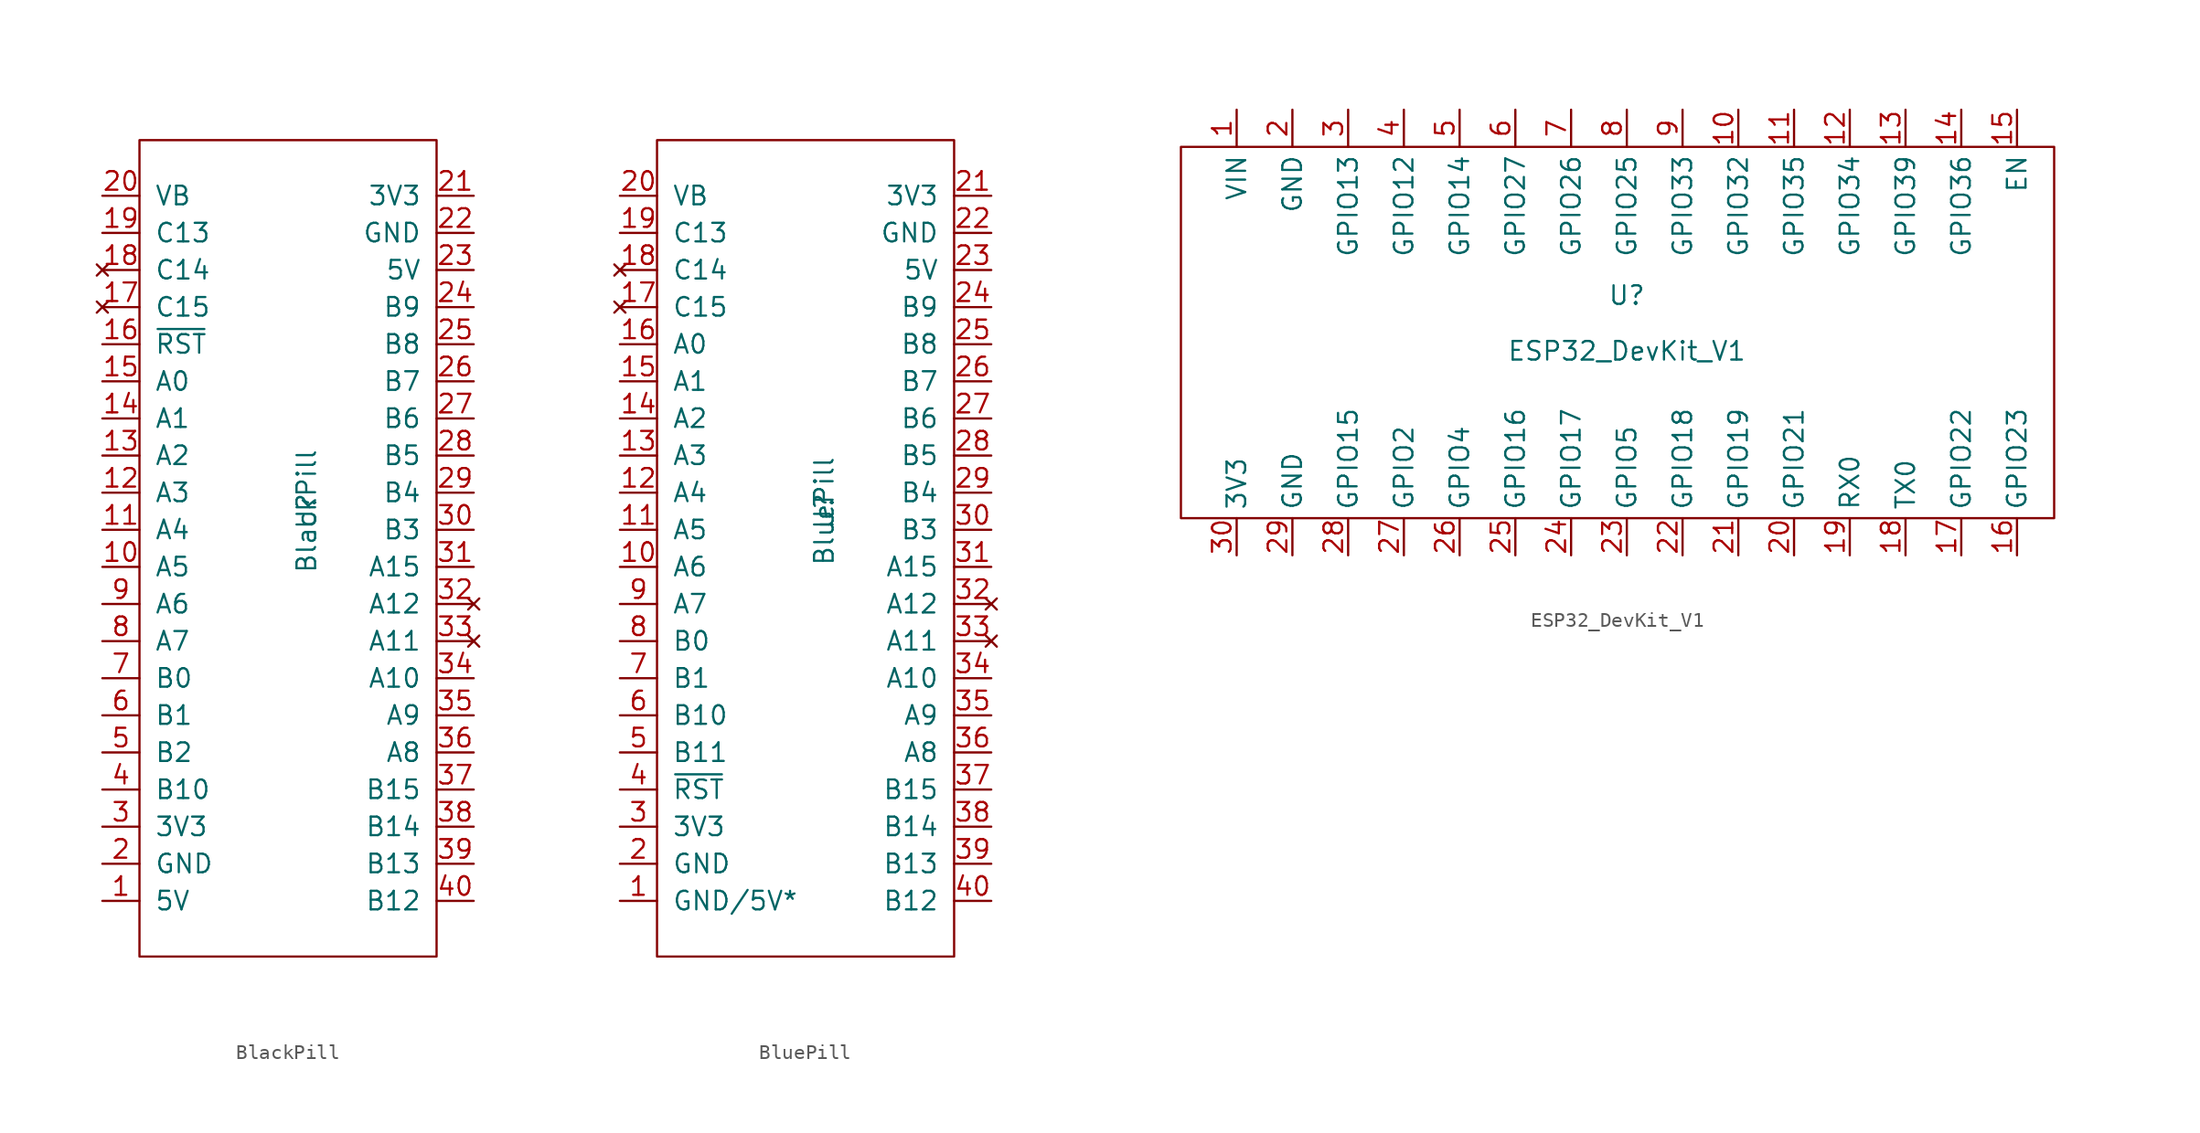
<source format=kicad_sym>
(kicad_symbol_lib
  (version 20211014)
  (generator kicad_symbol_editor)
  (symbol "BlackPill"
    (pin_names
      (offset 1.016))
    (property "Reference" "U"
      (at 0 2.54 90)
      (effects (font (size 1.27 1.27))))
    (property "Value" "BlackPill"
      (at 0 2.54 90)
      (effects (font (size 1.27 1.27))))
    (symbol "BlackPill_0_1"
      (rectangle (start -11.43 -27.94) (end 8.89 27.94) (stroke (width 0) (type default) (color 0 0 0 0)) (fill (type none))))
    (symbol "BlackPill_1_1"
      (pin power_out line (at -13.97 -24.13 0) (length 2.54) (name "5V" (effects (font (size 1.27 1.27)))) (number "1" (effects (font (size 1.27 1.27)))))
      (pin bidirectional line (at -13.97 -1.27 0) (length 2.54) (name "A5" (effects (font (size 1.27 1.27)))) (number "10" (effects (font (size 1.27 1.27)))))
      (pin bidirectional line (at -13.97 1.27 0) (length 2.54) (name "A4" (effects (font (size 1.27 1.27)))) (number "11" (effects (font (size 1.27 1.27)))))
      (pin bidirectional line (at -13.97 3.81 0) (length 2.54) (name "A3" (effects (font (size 1.27 1.27)))) (number "12" (effects (font (size 1.27 1.27)))))
      (pin bidirectional line (at -13.97 6.35 0) (length 2.54) (name "A2" (effects (font (size 1.27 1.27)))) (number "13" (effects (font (size 1.27 1.27)))))
      (pin bidirectional line (at -13.97 8.89 0) (length 2.54) (name "A1" (effects (font (size 1.27 1.27)))) (number "14" (effects (font (size 1.27 1.27)))))
      (pin bidirectional line (at -13.97 11.43 0) (length 2.54) (name "A0" (effects (font (size 1.27 1.27)))) (number "15" (effects (font (size 1.27 1.27)))))
      (pin input line (at -13.97 13.97 0) (length 2.54) (name "~{RST}" (effects (font (size 1.27 1.27)))) (number "16" (effects (font (size 1.27 1.27)))))
      (pin no_connect line (at -13.97 16.51 0) (length 2.54) (name "C15" (effects (font (size 1.27 1.27)))) (number "17" (effects (font (size 1.27 1.27)))))
      (pin no_connect line (at -13.97 19.05 0) (length 2.54) (name "C14" (effects (font (size 1.27 1.27)))) (number "18" (effects (font (size 1.27 1.27)))))
      (pin bidirectional line (at -13.97 21.59 0) (length 2.54) (name "C13" (effects (font (size 1.27 1.27)))) (number "19" (effects (font (size 1.27 1.27)))))
      (pin power_out line (at -13.97 -21.59 0) (length 2.54) (name "GND" (effects (font (size 1.27 1.27)))) (number "2" (effects (font (size 1.27 1.27)))))
      (pin power_in line (at -13.97 24.13 0) (length 2.54) (name "VB" (effects (font (size 1.27 1.27)))) (number "20" (effects (font (size 1.27 1.27)))))
      (pin power_out line (at 11.43 24.13 180) (length 2.54) (name "3V3" (effects (font (size 1.27 1.27)))) (number "21" (effects (font (size 1.27 1.27)))))
      (pin power_out line (at 11.43 21.59 180) (length 2.54) (name "GND" (effects (font (size 1.27 1.27)))) (number "22" (effects (font (size 1.27 1.27)))))
      (pin power_out line (at 11.43 19.05 180) (length 2.54) (name "5V" (effects (font (size 1.27 1.27)))) (number "23" (effects (font (size 1.27 1.27)))))
      (pin bidirectional line (at 11.43 16.51 180) (length 2.54) (name "B9" (effects (font (size 1.27 1.27)))) (number "24" (effects (font (size 1.27 1.27)))))
      (pin bidirectional line (at 11.43 13.97 180) (length 2.54) (name "B8" (effects (font (size 1.27 1.27)))) (number "25" (effects (font (size 1.27 1.27)))))
      (pin bidirectional line (at 11.43 11.43 180) (length 2.54) (name "B7" (effects (font (size 1.27 1.27)))) (number "26" (effects (font (size 1.27 1.27)))))
      (pin bidirectional line (at 11.43 8.89 180) (length 2.54) (name "B6" (effects (font (size 1.27 1.27)))) (number "27" (effects (font (size 1.27 1.27)))))
      (pin bidirectional line (at 11.43 6.35 180) (length 2.54) (name "B5" (effects (font (size 1.27 1.27)))) (number "28" (effects (font (size 1.27 1.27)))))
      (pin bidirectional line (at 11.43 3.81 180) (length 2.54) (name "B4" (effects (font (size 1.27 1.27)))) (number "29" (effects (font (size 1.27 1.27)))))
      (pin power_out line (at -13.97 -19.05 0) (length 2.54) (name "3V3" (effects (font (size 1.27 1.27)))) (number "3" (effects (font (size 1.27 1.27)))))
      (pin bidirectional line (at 11.43 1.27 180) (length 2.54) (name "B3" (effects (font (size 1.27 1.27)))) (number "30" (effects (font (size 1.27 1.27)))))
      (pin bidirectional line (at 11.43 -1.27 180) (length 2.54) (name "A15" (effects (font (size 1.27 1.27)))) (number "31" (effects (font (size 1.27 1.27)))))
      (pin no_connect line (at 11.43 -3.81 180) (length 2.54) (name "A12" (effects (font (size 1.27 1.27)))) (number "32" (effects (font (size 1.27 1.27)))))
      (pin no_connect line (at 11.43 -6.35 180) (length 2.54) (name "A11" (effects (font (size 1.27 1.27)))) (number "33" (effects (font (size 1.27 1.27)))))
      (pin bidirectional line (at 11.43 -8.89 180) (length 2.54) (name "A10" (effects (font (size 1.27 1.27)))) (number "34" (effects (font (size 1.27 1.27)))))
      (pin bidirectional line (at 11.43 -11.43 180) (length 2.54) (name "A9" (effects (font (size 1.27 1.27)))) (number "35" (effects (font (size 1.27 1.27)))))
      (pin bidirectional line (at 11.43 -13.97 180) (length 2.54) (name "A8" (effects (font (size 1.27 1.27)))) (number "36" (effects (font (size 1.27 1.27)))))
      (pin bidirectional line (at 11.43 -16.51 180) (length 2.54) (name "B15" (effects (font (size 1.27 1.27)))) (number "37" (effects (font (size 1.27 1.27)))))
      (pin bidirectional line (at 11.43 -19.05 180) (length 2.54) (name "B14" (effects (font (size 1.27 1.27)))) (number "38" (effects (font (size 1.27 1.27)))))
      (pin bidirectional line (at 11.43 -21.59 180) (length 2.54) (name "B13" (effects (font (size 1.27 1.27)))) (number "39" (effects (font (size 1.27 1.27)))))
      (pin bidirectional line (at -13.97 -16.51 0) (length 2.54) (name "B10" (effects (font (size 1.27 1.27)))) (number "4" (effects (font (size 1.27 1.27)))))
      (pin bidirectional line (at 11.43 -24.13 180) (length 2.54) (name "B12" (effects (font (size 1.27 1.27)))) (number "40" (effects (font (size 1.27 1.27)))))
      (pin bidirectional line (at -13.97 -13.97 0) (length 2.54) (name "B2" (effects (font (size 1.27 1.27)))) (number "5" (effects (font (size 1.27 1.27)))))
      (pin bidirectional line (at -13.97 -11.43 0) (length 2.54) (name "B1" (effects (font (size 1.27 1.27)))) (number "6" (effects (font (size 1.27 1.27)))))
      (pin bidirectional line (at -13.97 -8.89 0) (length 2.54) (name "B0" (effects (font (size 1.27 1.27)))) (number "7" (effects (font (size 1.27 1.27)))))
      (pin bidirectional line (at -13.97 -6.35 0) (length 2.54) (name "A7" (effects (font (size 1.27 1.27)))) (number "8" (effects (font (size 1.27 1.27)))))
      (pin bidirectional line (at -13.97 -3.81 0) (length 2.54) (name "A6" (effects (font (size 1.27 1.27)))) (number "9" (effects (font (size 1.27 1.27)))))))
  (symbol "BluePill"
    (pin_names
      (offset 1.016))
    (property "Reference" "U"
      (at 0 2.54 90)
      (effects (font (size 1.27 1.27))))
    (property "Value" "BluePill"
      (at 0 2.54 90)
      (effects (font (size 1.27 1.27))))
    (symbol "BluePill_0_1"
      (rectangle (start -11.43 -27.94) (end 8.89 27.94) (stroke (width 0) (type default) (color 0 0 0 0)) (fill (type none))))
    (symbol "BluePill_1_1"
      (pin power_out line (at -13.97 -24.13 0) (length 2.54) (name "GND/5V*" (effects (font (size 1.27 1.27)))) (number "1" (effects (font (size 1.27 1.27)))))
      (pin bidirectional line (at -13.97 -1.27 0) (length 2.54) (name "A6" (effects (font (size 1.27 1.27)))) (number "10" (effects (font (size 1.27 1.27)))))
      (pin bidirectional line (at -13.97 1.27 0) (length 2.54) (name "A5" (effects (font (size 1.27 1.27)))) (number "11" (effects (font (size 1.27 1.27)))))
      (pin bidirectional line (at -13.97 3.81 0) (length 2.54) (name "A4" (effects (font (size 1.27 1.27)))) (number "12" (effects (font (size 1.27 1.27)))))
      (pin bidirectional line (at -13.97 6.35 0) (length 2.54) (name "A3" (effects (font (size 1.27 1.27)))) (number "13" (effects (font (size 1.27 1.27)))))
      (pin bidirectional line (at -13.97 8.89 0) (length 2.54) (name "A2" (effects (font (size 1.27 1.27)))) (number "14" (effects (font (size 1.27 1.27)))))
      (pin bidirectional line (at -13.97 11.43 0) (length 2.54) (name "A1" (effects (font (size 1.27 1.27)))) (number "15" (effects (font (size 1.27 1.27)))))
      (pin bidirectional line (at -13.97 13.97 0) (length 2.54) (name "A0" (effects (font (size 1.27 1.27)))) (number "16" (effects (font (size 1.27 1.27)))))
      (pin no_connect line (at -13.97 16.51 0) (length 2.54) (name "C15" (effects (font (size 1.27 1.27)))) (number "17" (effects (font (size 1.27 1.27)))))
      (pin no_connect line (at -13.97 19.05 0) (length 2.54) (name "C14" (effects (font (size 1.27 1.27)))) (number "18" (effects (font (size 1.27 1.27)))))
      (pin bidirectional line (at -13.97 21.59 0) (length 2.54) (name "C13" (effects (font (size 1.27 1.27)))) (number "19" (effects (font (size 1.27 1.27)))))
      (pin power_out line (at -13.97 -21.59 0) (length 2.54) (name "GND" (effects (font (size 1.27 1.27)))) (number "2" (effects (font (size 1.27 1.27)))))
      (pin power_in line (at -13.97 24.13 0) (length 2.54) (name "VB" (effects (font (size 1.27 1.27)))) (number "20" (effects (font (size 1.27 1.27)))))
      (pin power_out line (at 11.43 24.13 180) (length 2.54) (name "3V3" (effects (font (size 1.27 1.27)))) (number "21" (effects (font (size 1.27 1.27)))))
      (pin power_out line (at 11.43 21.59 180) (length 2.54) (name "GND" (effects (font (size 1.27 1.27)))) (number "22" (effects (font (size 1.27 1.27)))))
      (pin power_out line (at 11.43 19.05 180) (length 2.54) (name "5V" (effects (font (size 1.27 1.27)))) (number "23" (effects (font (size 1.27 1.27)))))
      (pin bidirectional line (at 11.43 16.51 180) (length 2.54) (name "B9" (effects (font (size 1.27 1.27)))) (number "24" (effects (font (size 1.27 1.27)))))
      (pin bidirectional line (at 11.43 13.97 180) (length 2.54) (name "B8" (effects (font (size 1.27 1.27)))) (number "25" (effects (font (size 1.27 1.27)))))
      (pin bidirectional line (at 11.43 11.43 180) (length 2.54) (name "B7" (effects (font (size 1.27 1.27)))) (number "26" (effects (font (size 1.27 1.27)))))
      (pin bidirectional line (at 11.43 8.89 180) (length 2.54) (name "B6" (effects (font (size 1.27 1.27)))) (number "27" (effects (font (size 1.27 1.27)))))
      (pin bidirectional line (at 11.43 6.35 180) (length 2.54) (name "B5" (effects (font (size 1.27 1.27)))) (number "28" (effects (font (size 1.27 1.27)))))
      (pin bidirectional line (at 11.43 3.81 180) (length 2.54) (name "B4" (effects (font (size 1.27 1.27)))) (number "29" (effects (font (size 1.27 1.27)))))
      (pin power_out line (at -13.97 -19.05 0) (length 2.54) (name "3V3" (effects (font (size 1.27 1.27)))) (number "3" (effects (font (size 1.27 1.27)))))
      (pin bidirectional line (at 11.43 1.27 180) (length 2.54) (name "B3" (effects (font (size 1.27 1.27)))) (number "30" (effects (font (size 1.27 1.27)))))
      (pin bidirectional line (at 11.43 -1.27 180) (length 2.54) (name "A15" (effects (font (size 1.27 1.27)))) (number "31" (effects (font (size 1.27 1.27)))))
      (pin no_connect line (at 11.43 -3.81 180) (length 2.54) (name "A12" (effects (font (size 1.27 1.27)))) (number "32" (effects (font (size 1.27 1.27)))))
      (pin no_connect line (at 11.43 -6.35 180) (length 2.54) (name "A11" (effects (font (size 1.27 1.27)))) (number "33" (effects (font (size 1.27 1.27)))))
      (pin bidirectional line (at 11.43 -8.89 180) (length 2.54) (name "A10" (effects (font (size 1.27 1.27)))) (number "34" (effects (font (size 1.27 1.27)))))
      (pin bidirectional line (at 11.43 -11.43 180) (length 2.54) (name "A9" (effects (font (size 1.27 1.27)))) (number "35" (effects (font (size 1.27 1.27)))))
      (pin bidirectional line (at 11.43 -13.97 180) (length 2.54) (name "A8" (effects (font (size 1.27 1.27)))) (number "36" (effects (font (size 1.27 1.27)))))
      (pin bidirectional line (at 11.43 -16.51 180) (length 2.54) (name "B15" (effects (font (size 1.27 1.27)))) (number "37" (effects (font (size 1.27 1.27)))))
      (pin bidirectional line (at 11.43 -19.05 180) (length 2.54) (name "B14" (effects (font (size 1.27 1.27)))) (number "38" (effects (font (size 1.27 1.27)))))
      (pin bidirectional line (at 11.43 -21.59 180) (length 2.54) (name "B13" (effects (font (size 1.27 1.27)))) (number "39" (effects (font (size 1.27 1.27)))))
      (pin input line (at -13.97 -16.51 0) (length 2.54) (name "~{RST}" (effects (font (size 1.27 1.27)))) (number "4" (effects (font (size 1.27 1.27)))))
      (pin bidirectional line (at 11.43 -24.13 180) (length 2.54) (name "B12" (effects (font (size 1.27 1.27)))) (number "40" (effects (font (size 1.27 1.27)))))
      (pin bidirectional line (at -13.97 -13.97 0) (length 2.54) (name "B11" (effects (font (size 1.27 1.27)))) (number "5" (effects (font (size 1.27 1.27)))))
      (pin bidirectional line (at -13.97 -11.43 0) (length 2.54) (name "B10" (effects (font (size 1.27 1.27)))) (number "6" (effects (font (size 1.27 1.27)))))
      (pin bidirectional line (at -13.97 -8.89 0) (length 2.54) (name "B1" (effects (font (size 1.27 1.27)))) (number "7" (effects (font (size 1.27 1.27)))))
      (pin bidirectional line (at -13.97 -6.35 0) (length 2.54) (name "B0" (effects (font (size 1.27 1.27)))) (number "8" (effects (font (size 1.27 1.27)))))
      (pin bidirectional line (at -13.97 -3.81 0) (length 2.54) (name "A7" (effects (font (size 1.27 1.27)))) (number "9" (effects (font (size 1.27 1.27)))))))
  (symbol "ESP32_DevKit_V1"
    (property "Reference" "U"
      (at 0 3.81 0)
      (effects (font (size 1.27 1.27))))
    (property "Value" "ESP32_DevKit_V1"
      (at 0 0 0)
      (effects (font (size 1.27 1.27))))
    (symbol "ESP32_DevKit_V1_0_1"
      (rectangle (start -30.48 13.97) (end 29.21 -11.43) (stroke (width 0) (type default) (color 0 0 0 0)) (fill (type none))))
    (symbol "ESP32_DevKit_V1_1_1"
      (pin power_in line (at -26.67 16.51 270) (length 2.54) (name "VIN" (effects (font (size 1.27 1.27)))) (number "1" (effects (font (size 1.27 1.27)))))
      (pin bidirectional line (at 7.62 16.51 270) (length 2.54) (name "GPIO32" (effects (font (size 1.27 1.27)))) (number "10" (effects (font (size 1.27 1.27)))))
      (pin input line (at 11.43 16.51 270) (length 2.54) (name "GPIO35" (effects (font (size 1.27 1.27)))) (number "11" (effects (font (size 1.27 1.27)))))
      (pin input line (at 15.24 16.51 270) (length 2.54) (name "GPIO34" (effects (font (size 1.27 1.27)))) (number "12" (effects (font (size 1.27 1.27)))))
      (pin input line (at 19.05 16.51 270) (length 2.54) (name "GPIO39" (effects (font (size 1.27 1.27)))) (number "13" (effects (font (size 1.27 1.27)))))
      (pin input line (at 22.86 16.51 270) (length 2.54) (name "GPIO36" (effects (font (size 1.27 1.27)))) (number "14" (effects (font (size 1.27 1.27)))))
      (pin bidirectional line (at 26.67 16.51 270) (length 2.54) (name "EN" (effects (font (size 1.27 1.27)))) (number "15" (effects (font (size 1.27 1.27)))))
      (pin bidirectional line (at 26.67 -13.97 90) (length 2.54) (name "GPIO23" (effects (font (size 1.27 1.27)))) (number "16" (effects (font (size 1.27 1.27)))))
      (pin bidirectional line (at 22.86 -13.97 90) (length 2.54) (name "GPIO22" (effects (font (size 1.27 1.27)))) (number "17" (effects (font (size 1.27 1.27)))))
      (pin bidirectional line (at 19.05 -13.97 90) (length 2.54) (name "TX0" (effects (font (size 1.27 1.27)))) (number "18" (effects (font (size 1.27 1.27)))))
      (pin bidirectional line (at 15.24 -13.97 90) (length 2.54) (name "RX0" (effects (font (size 1.27 1.27)))) (number "19" (effects (font (size 1.27 1.27)))))
      (pin power_in line (at -22.86 16.51 270) (length 2.54) (name "GND" (effects (font (size 1.27 1.27)))) (number "2" (effects (font (size 1.27 1.27)))))
      (pin bidirectional line (at 11.43 -13.97 90) (length 2.54) (name "GPIO21" (effects (font (size 1.27 1.27)))) (number "20" (effects (font (size 1.27 1.27)))))
      (pin bidirectional line (at 7.62 -13.97 90) (length 2.54) (name "GPIO19" (effects (font (size 1.27 1.27)))) (number "21" (effects (font (size 1.27 1.27)))))
      (pin bidirectional line (at 3.81 -13.97 90) (length 2.54) (name "GPIO18" (effects (font (size 1.27 1.27)))) (number "22" (effects (font (size 1.27 1.27)))))
      (pin bidirectional line (at 0 -13.97 90) (length 2.54) (name "GPIO5" (effects (font (size 1.27 1.27)))) (number "23" (effects (font (size 1.27 1.27)))))
      (pin bidirectional line (at -3.81 -13.97 90) (length 2.54) (name "GPIO17" (effects (font (size 1.27 1.27)))) (number "24" (effects (font (size 1.27 1.27)))))
      (pin bidirectional line (at -7.62 -13.97 90) (length 2.54) (name "GPIO16" (effects (font (size 1.27 1.27)))) (number "25" (effects (font (size 1.27 1.27)))))
      (pin bidirectional line (at -11.43 -13.97 90) (length 2.54) (name "GPIO4" (effects (font (size 1.27 1.27)))) (number "26" (effects (font (size 1.27 1.27)))))
      (pin bidirectional line (at -15.24 -13.97 90) (length 2.54) (name "GPIO2" (effects (font (size 1.27 1.27)))) (number "27" (effects (font (size 1.27 1.27)))))
      (pin bidirectional line (at -19.05 -13.97 90) (length 2.54) (name "GPIO15" (effects (font (size 1.27 1.27)))) (number "28" (effects (font (size 1.27 1.27)))))
      (pin power_in line (at -22.86 -13.97 90) (length 2.54) (name "GND" (effects (font (size 1.27 1.27)))) (number "29" (effects (font (size 1.27 1.27)))))
      (pin bidirectional line (at -19.05 16.51 270) (length 2.54) (name "GPIO13" (effects (font (size 1.27 1.27)))) (number "3" (effects (font (size 1.27 1.27)))))
      (pin power_out line (at -26.67 -13.97 90) (length 2.54) (name "3V3" (effects (font (size 1.27 1.27)))) (number "30" (effects (font (size 1.27 1.27)))))
      (pin bidirectional line (at -15.24 16.51 270) (length 2.54) (name "GPIO12" (effects (font (size 1.27 1.27)))) (number "4" (effects (font (size 1.27 1.27)))))
      (pin bidirectional line (at -11.43 16.51 270) (length 2.54) (name "GPIO14" (effects (font (size 1.27 1.27)))) (number "5" (effects (font (size 1.27 1.27)))))
      (pin bidirectional line (at -7.62 16.51 270) (length 2.54) (name "GPIO27" (effects (font (size 1.27 1.27)))) (number "6" (effects (font (size 1.27 1.27)))))
      (pin bidirectional line (at -3.81 16.51 270) (length 2.54) (name "GPIO26" (effects (font (size 1.27 1.27)))) (number "7" (effects (font (size 1.27 1.27)))))
      (pin bidirectional line (at 0 16.51 270) (length 2.54) (name "GPIO25" (effects (font (size 1.27 1.27)))) (number "8" (effects (font (size 1.27 1.27)))))
      (pin bidirectional line (at 3.81 16.51 270) (length 2.54) (name "GPIO33" (effects (font (size 1.27 1.27)))) (number "9" (effects (font (size 1.27 1.27))))))))
</source>
